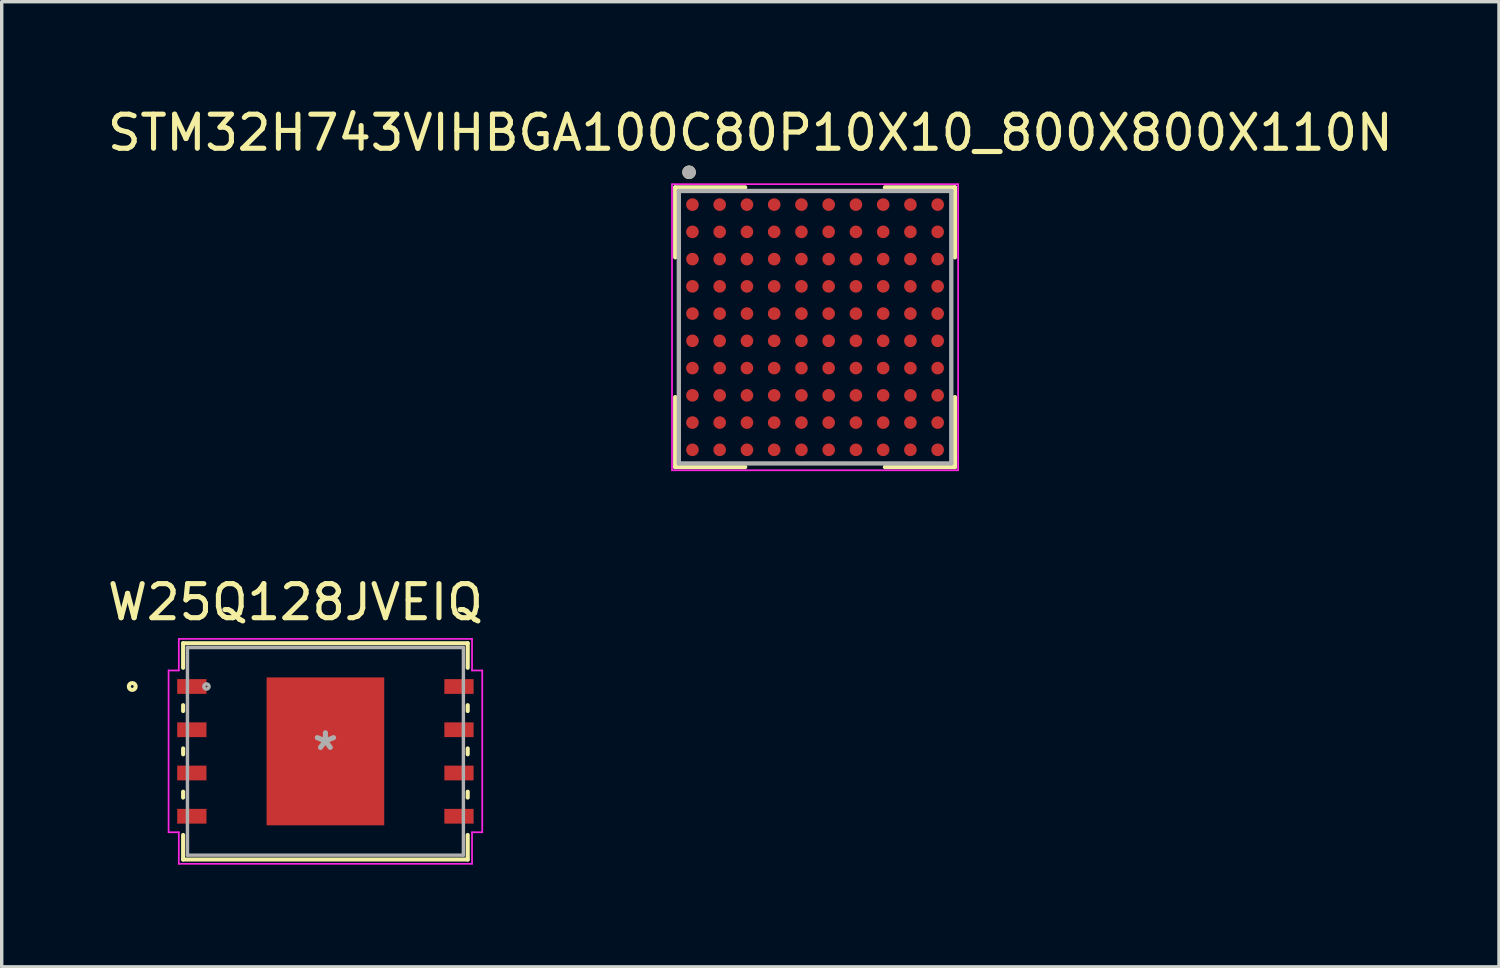
<source format=kicad_pcb>
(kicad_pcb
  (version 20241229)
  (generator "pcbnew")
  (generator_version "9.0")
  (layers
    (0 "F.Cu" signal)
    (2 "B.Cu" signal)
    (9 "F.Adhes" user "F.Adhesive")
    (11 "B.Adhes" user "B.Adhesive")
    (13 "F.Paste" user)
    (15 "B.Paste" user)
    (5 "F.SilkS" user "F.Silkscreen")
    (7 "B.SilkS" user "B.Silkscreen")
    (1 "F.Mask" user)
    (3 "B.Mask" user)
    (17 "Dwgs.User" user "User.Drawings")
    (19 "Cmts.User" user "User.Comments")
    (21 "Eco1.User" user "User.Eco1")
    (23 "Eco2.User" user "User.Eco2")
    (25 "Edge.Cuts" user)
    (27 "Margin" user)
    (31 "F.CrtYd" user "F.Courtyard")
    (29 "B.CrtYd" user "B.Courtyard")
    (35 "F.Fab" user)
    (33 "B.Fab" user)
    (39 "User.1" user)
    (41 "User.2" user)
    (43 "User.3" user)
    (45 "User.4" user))
  (footprint "W25Q128JVEIQ"
    (layer "F.Cu")
    (at 6.505 19.012)
    (property "Reference" "W25Q128JVEIQ" (at -0.88 -4.38 0) (layer "F.SilkS") (effects (font (size 1 1) (thickness 0.15))))
    (attr through_hole)
    (fp_line (start -4.178 -3.175) (end -4.178 -2.454) (stroke (width 0.12) (type solid)) (layer "F.SilkS"))
    (fp_line (start -4.178 -1.356) (end -4.178 -1.184) (stroke (width 0.12) (type solid)) (layer "F.SilkS"))
    (fp_line (start -4.178 -0.086) (end -4.178 0.086) (stroke (width 0.12) (type solid)) (layer "F.SilkS"))
    (fp_line (start -4.178 1.184) (end -4.178 1.356) (stroke (width 0.12) (type solid)) (layer "F.SilkS"))
    (fp_line (start -4.178 2.454) (end -4.178 3.175) (stroke (width 0.12) (type solid)) (layer "F.SilkS"))
    (fp_line (start -4.178 3.175) (end 4.178 3.175) (stroke (width 0.12) (type solid)) (layer "F.SilkS"))
    (fp_line (start 4.178 -3.175) (end -4.178 -3.175) (stroke (width 0.12) (type solid)) (layer "F.SilkS"))
    (fp_line (start 4.178 -2.454) (end 4.178 -3.175) (stroke (width 0.12) (type solid)) (layer "F.SilkS"))
    (fp_line (start 4.178 -1.184) (end 4.178 -1.356) (stroke (width 0.12) (type solid)) (layer "F.SilkS"))
    (fp_line (start 4.178 0.086) (end 4.178 -0.086) (stroke (width 0.12) (type solid)) (layer "F.SilkS"))
    (fp_line (start 4.178 1.356) (end 4.178 1.184) (stroke (width 0.12) (type solid)) (layer "F.SilkS"))
    (fp_line (start 4.178 3.175) (end 4.178 2.454) (stroke (width 0.12) (type solid)) (layer "F.SilkS"))
    (fp_circle (center -5.672 -1.905) (end -5.571 -1.905) (stroke (width 0.12) (type solid)) (fill no) (layer "F.SilkS"))
    (fp_poly (pts (xy -1.627 -2.072) (xy -1.627 -0.824) (xy -0.1 -0.824) (xy -0.1 -2.072)) (stroke (width 0.1) (type solid)) (fill yes) (layer "F.Paste"))
    (fp_poly (pts (xy -1.627 -0.624) (xy -1.627 0.624) (xy -0.1 0.624) (xy -0.1 -0.624)) (stroke (width 0.1) (type solid)) (fill yes) (layer "F.Paste"))
    (fp_poly (pts (xy -1.627 0.824) (xy -1.627 2.072) (xy -0.1 2.072) (xy -0.1 0.824)) (stroke (width 0.1) (type solid)) (fill yes) (layer "F.Paste"))
    (fp_poly (pts (xy 0.1 -2.072) (xy 0.1 -0.824) (xy 1.627 -0.824) (xy 1.627 -2.072)) (stroke (width 0.1) (type solid)) (fill yes) (layer "F.Paste"))
    (fp_poly (pts (xy 0.1 -0.624) (xy 0.1 0.624) (xy 1.627 0.624) (xy 1.627 -0.624)) (stroke (width 0.1) (type solid)) (fill yes) (layer "F.Paste"))
    (fp_poly (pts (xy 0.1 0.824) (xy 0.1 2.072) (xy 1.627 2.072) (xy 1.627 0.824)) (stroke (width 0.1) (type solid)) (fill yes) (layer "F.Paste"))
    (fp_line (start -4.605 -2.375) (end -4.305 -2.375) (stroke (width 0.05) (type solid)) (layer "F.CrtYd"))
    (fp_line (start -4.605 2.375) (end -4.605 -2.375) (stroke (width 0.05) (type solid)) (layer "F.CrtYd"))
    (fp_line (start -4.605 2.375) (end -4.305 2.375) (stroke (width 0.05) (type solid)) (layer "F.CrtYd"))
    (fp_line (start -4.305 -3.302) (end 4.305 -3.302) (stroke (width 0.05) (type solid)) (layer "F.CrtYd"))
    (fp_line (start -4.305 -2.375) (end -4.305 -3.302) (stroke (width 0.05) (type solid)) (layer "F.CrtYd"))
    (fp_line (start -4.305 3.302) (end -4.305 2.375) (stroke (width 0.05) (type solid)) (layer "F.CrtYd"))
    (fp_line (start 4.305 -3.302) (end 4.305 -2.375) (stroke (width 0.05) (type solid)) (layer "F.CrtYd"))
    (fp_line (start 4.305 2.375) (end 4.305 3.302) (stroke (width 0.05) (type solid)) (layer "F.CrtYd"))
    (fp_line (start 4.305 3.302) (end -4.305 3.302) (stroke (width 0.05) (type solid)) (layer "F.CrtYd"))
    (fp_line (start 4.605 -2.375) (end 4.305 -2.375) (stroke (width 0.05) (type solid)) (layer "F.CrtYd"))
    (fp_line (start 4.605 -2.375) (end 4.605 2.375) (stroke (width 0.05) (type solid)) (layer "F.CrtYd"))
    (fp_line (start 4.605 2.375) (end 4.305 2.375) (stroke (width 0.05) (type solid)) (layer "F.CrtYd"))
    (fp_line (start -4.051 -3.048) (end -4.051 3.048) (stroke (width 0.1) (type solid)) (layer "F.Fab"))
    (fp_line (start -4.051 3.048) (end 4.051 3.048) (stroke (width 0.1) (type solid)) (layer "F.Fab"))
    (fp_line (start 4.051 -3.048) (end -4.051 -3.048) (stroke (width 0.1) (type solid)) (layer "F.Fab"))
    (fp_line (start 4.051 3.048) (end 4.051 -3.048) (stroke (width 0.1) (type solid)) (layer "F.Fab"))
    (fp_circle (center -3.493 -1.905) (end -3.416 -1.905) (stroke (width 0.1) (type solid)) (fill no) (layer "F.Fab"))
    (fp_text user "*" (at 0 0 0) (layer "F.Fab") (effects (font (size 1 1) (thickness 0.15))))
    (pad "1" smd rect (at -3.922 -1.905) (size 0.859 0.433) (layers "F.Cu" "F.Mask" "F.Paste"))
    (pad "2" smd rect (at -3.922 -0.635) (size 0.859 0.433) (layers "F.Cu" "F.Mask" "F.Paste"))
    (pad "3" smd rect (at -3.922 0.635) (size 0.859 0.433) (layers "F.Cu" "F.Mask" "F.Paste"))
    (pad "4" smd rect (at -3.922 1.905) (size 0.859 0.433) (layers "F.Cu" "F.Mask" "F.Paste"))
    (pad "5" smd rect (at 3.922 1.905) (size 0.859 0.433) (layers "F.Cu" "F.Mask" "F.Paste"))
    (pad "6" smd rect (at 3.922 0.635) (size 0.859 0.433) (layers "F.Cu" "F.Mask" "F.Paste"))
    (pad "7" smd rect (at 3.922 -0.635) (size 0.859 0.433) (layers "F.Cu" "F.Mask" "F.Paste"))
    (pad "8" smd rect (at 3.922 -1.905) (size 0.859 0.433) (layers "F.Cu" "F.Mask" "F.Paste"))
    (pad "9" smd rect (at 0 0) (size 3.454 4.343) (layers "F.Cu" "F.Mask" "F.Paste")))
  (footprint "STM32H743VIHBGA100C80P10X10_800X800X110N"
    (layer "F.Cu")
    (at 20.882 6.558)
    (property "Reference" "STM32H743VIHBGA100C80P10X10_800X800X110N" (at -1.9 -5.71 0) (layer "F.SilkS") (effects (font (size 1 1) (thickness 0.15))))
    (attr smd)
    (fp_line (start -4.105 -4.105) (end -4.105 -2.053) (stroke (width 0.127) (type solid)) (layer "F.SilkS"))
    (fp_line (start -4.105 -4.105) (end -2.053 -4.105) (stroke (width 0.127) (type solid)) (layer "F.SilkS"))
    (fp_line (start -4.105 4.105) (end -4.105 2.053) (stroke (width 0.127) (type solid)) (layer "F.SilkS"))
    (fp_line (start -4.105 4.105) (end -2.053 4.105) (stroke (width 0.127) (type solid)) (layer "F.SilkS"))
    (fp_line (start 4.105 -4.105) (end 2.053 -4.105) (stroke (width 0.127) (type solid)) (layer "F.SilkS"))
    (fp_line (start 4.105 -4.105) (end 4.105 -2.053) (stroke (width 0.127) (type solid)) (layer "F.SilkS"))
    (fp_line (start 4.105 4.105) (end 2.053 4.105) (stroke (width 0.127) (type solid)) (layer "F.SilkS"))
    (fp_line (start 4.105 4.105) (end 4.105 2.053) (stroke (width 0.127) (type solid)) (layer "F.SilkS"))
    (fp_circle (center -3.7 -4.55) (end -3.6 -4.55) (stroke (width 0.2) (type solid)) (fill no) (layer "F.SilkS"))
    (fp_line (start -4.2 -4.2) (end 4.2 -4.2) (stroke (width 0.05) (type solid)) (layer "F.CrtYd"))
    (fp_line (start -4.2 4.2) (end -4.2 -4.2) (stroke (width 0.05) (type solid)) (layer "F.CrtYd"))
    (fp_line (start -4.2 4.2) (end 4.2 4.2) (stroke (width 0.05) (type solid)) (layer "F.CrtYd"))
    (fp_line (start 4.2 4.2) (end 4.2 -4.2) (stroke (width 0.05) (type solid)) (layer "F.CrtYd"))
    (fp_line (start -4 4) (end -4 -4) (stroke (width 0.127) (type solid)) (layer "F.Fab"))
    (fp_line (start 4 -4) (end -4 -4) (stroke (width 0.127) (type solid)) (layer "F.Fab"))
    (fp_line (start 4 4) (end -4 4) (stroke (width 0.127) (type solid)) (layer "F.Fab"))
    (fp_line (start 4 4) (end 4 -4) (stroke (width 0.127) (type solid)) (layer "F.Fab"))
    (fp_circle (center -3.7 -4.55) (end -3.6 -4.55) (stroke (width 0.2) (type solid)) (fill no) (layer "F.Fab"))
    (pad "A1" smd circle (at -3.6 -3.6) (size 0.37 0.37) (layers "F.Cu" "F.Mask" "F.Paste"))
    (pad "A2" smd circle (at -2.8 -3.6) (size 0.37 0.37) (layers "F.Cu" "F.Mask" "F.Paste"))
    (pad "A3" smd circle (at -2 -3.6) (size 0.37 0.37) (layers "F.Cu" "F.Mask" "F.Paste"))
    (pad "A4" smd circle (at -1.2 -3.6) (size 0.37 0.37) (layers "F.Cu" "F.Mask" "F.Paste"))
    (pad "A5" smd circle (at -0.4 -3.6) (size 0.37 0.37) (layers "F.Cu" "F.Mask" "F.Paste"))
    (pad "A6" smd circle (at 0.4 -3.6) (size 0.37 0.37) (layers "F.Cu" "F.Mask" "F.Paste"))
    (pad "A7" smd circle (at 1.2 -3.6) (size 0.37 0.37) (layers "F.Cu" "F.Mask" "F.Paste"))
    (pad "A8" smd circle (at 2 -3.6) (size 0.37 0.37) (layers "F.Cu" "F.Mask" "F.Paste"))
    (pad "A9" smd circle (at 2.8 -3.6) (size 0.37 0.37) (layers "F.Cu" "F.Mask" "F.Paste"))
    (pad "A10" smd circle (at 3.6 -3.6) (size 0.37 0.37) (layers "F.Cu" "F.Mask" "F.Paste"))
    (pad "B1" smd circle (at -3.6 -2.8) (size 0.37 0.37) (layers "F.Cu" "F.Mask" "F.Paste"))
    (pad "B2" smd circle (at -2.8 -2.8) (size 0.37 0.37) (layers "F.Cu" "F.Mask" "F.Paste"))
    (pad "B3" smd circle (at -2 -2.8) (size 0.37 0.37) (layers "F.Cu" "F.Mask" "F.Paste"))
    (pad "B4" smd circle (at -1.2 -2.8) (size 0.37 0.37) (layers "F.Cu" "F.Mask" "F.Paste"))
    (pad "B5" smd circle (at -0.4 -2.8) (size 0.37 0.37) (layers "F.Cu" "F.Mask" "F.Paste"))
    (pad "B6" smd circle (at 0.4 -2.8) (size 0.37 0.37) (layers "F.Cu" "F.Mask" "F.Paste"))
    (pad "B7" smd circle (at 1.2 -2.8) (size 0.37 0.37) (layers "F.Cu" "F.Mask" "F.Paste"))
    (pad "B8" smd circle (at 2 -2.8) (size 0.37 0.37) (layers "F.Cu" "F.Mask" "F.Paste"))
    (pad "B9" smd circle (at 2.8 -2.8) (size 0.37 0.37) (layers "F.Cu" "F.Mask" "F.Paste"))
    (pad "B10" smd circle (at 3.6 -2.8) (size 0.37 0.37) (layers "F.Cu" "F.Mask" "F.Paste"))
    (pad "C1" smd circle (at -3.6 -2) (size 0.37 0.37) (layers "F.Cu" "F.Mask" "F.Paste"))
    (pad "C2" smd circle (at -2.8 -2) (size 0.37 0.37) (layers "F.Cu" "F.Mask" "F.Paste"))
    (pad "C3" smd circle (at -2 -2) (size 0.37 0.37) (layers "F.Cu" "F.Mask" "F.Paste"))
    (pad "C4" smd circle (at -1.2 -2) (size 0.37 0.37) (layers "F.Cu" "F.Mask" "F.Paste"))
    (pad "C5" smd circle (at -0.4 -2) (size 0.37 0.37) (layers "F.Cu" "F.Mask" "F.Paste"))
    (pad "C6" smd circle (at 0.4 -2) (size 0.37 0.37) (layers "F.Cu" "F.Mask" "F.Paste"))
    (pad "C7" smd circle (at 1.2 -2) (size 0.37 0.37) (layers "F.Cu" "F.Mask" "F.Paste"))
    (pad "C8" smd circle (at 2 -2) (size 0.37 0.37) (layers "F.Cu" "F.Mask" "F.Paste"))
    (pad "C9" smd circle (at 2.8 -2) (size 0.37 0.37) (layers "F.Cu" "F.Mask" "F.Paste"))
    (pad "C10" smd circle (at 3.6 -2) (size 0.37 0.37) (layers "F.Cu" "F.Mask" "F.Paste"))
    (pad "D1" smd circle (at -3.6 -1.2) (size 0.37 0.37) (layers "F.Cu" "F.Mask" "F.Paste"))
    (pad "D2" smd circle (at -2.8 -1.2) (size 0.37 0.37) (layers "F.Cu" "F.Mask" "F.Paste"))
    (pad "D3" smd circle (at -2 -1.2) (size 0.37 0.37) (layers "F.Cu" "F.Mask" "F.Paste"))
    (pad "D4" smd circle (at -1.2 -1.2) (size 0.37 0.37) (layers "F.Cu" "F.Mask" "F.Paste"))
    (pad "D5" smd circle (at -0.4 -1.2) (size 0.37 0.37) (layers "F.Cu" "F.Mask" "F.Paste"))
    (pad "D6" smd circle (at 0.4 -1.2) (size 0.37 0.37) (layers "F.Cu" "F.Mask" "F.Paste"))
    (pad "D7" smd circle (at 1.2 -1.2) (size 0.37 0.37) (layers "F.Cu" "F.Mask" "F.Paste"))
    (pad "D8" smd circle (at 2 -1.2) (size 0.37 0.37) (layers "F.Cu" "F.Mask" "F.Paste"))
    (pad "D9" smd circle (at 2.8 -1.2) (size 0.37 0.37) (layers "F.Cu" "F.Mask" "F.Paste"))
    (pad "D10" smd circle (at 3.6 -1.2) (size 0.37 0.37) (layers "F.Cu" "F.Mask" "F.Paste"))
    (pad "E1" smd circle (at -3.6 -0.4) (size 0.37 0.37) (layers "F.Cu" "F.Mask" "F.Paste"))
    (pad "E2" smd circle (at -2.8 -0.4) (size 0.37 0.37) (layers "F.Cu" "F.Mask" "F.Paste"))
    (pad "E3" smd circle (at -2 -0.4) (size 0.37 0.37) (layers "F.Cu" "F.Mask" "F.Paste"))
    (pad "E4" smd circle (at -1.2 -0.4) (size 0.37 0.37) (layers "F.Cu" "F.Mask" "F.Paste"))
    (pad "E5" smd circle (at -0.4 -0.4) (size 0.37 0.37) (layers "F.Cu" "F.Mask" "F.Paste"))
    (pad "E6" smd circle (at 0.4 -0.4) (size 0.37 0.37) (layers "F.Cu" "F.Mask" "F.Paste"))
    (pad "E7" smd circle (at 1.2 -0.4) (size 0.37 0.37) (layers "F.Cu" "F.Mask" "F.Paste"))
    (pad "E8" smd circle (at 2 -0.4) (size 0.37 0.37) (layers "F.Cu" "F.Mask" "F.Paste"))
    (pad "E9" smd circle (at 2.8 -0.4) (size 0.37 0.37) (layers "F.Cu" "F.Mask" "F.Paste"))
    (pad "E10" smd circle (at 3.6 -0.4) (size 0.37 0.37) (layers "F.Cu" "F.Mask" "F.Paste"))
    (pad "F1" smd circle (at -3.6 0.4) (size 0.37 0.37) (layers "F.Cu" "F.Mask" "F.Paste"))
    (pad "F2" smd circle (at -2.8 0.4) (size 0.37 0.37) (layers "F.Cu" "F.Mask" "F.Paste"))
    (pad "F3" smd circle (at -2 0.4) (size 0.37 0.37) (layers "F.Cu" "F.Mask" "F.Paste"))
    (pad "F4" smd circle (at -1.2 0.4) (size 0.37 0.37) (layers "F.Cu" "F.Mask" "F.Paste"))
    (pad "F5" smd circle (at -0.4 0.4) (size 0.37 0.37) (layers "F.Cu" "F.Mask" "F.Paste"))
    (pad "F6" smd circle (at 0.4 0.4) (size 0.37 0.37) (layers "F.Cu" "F.Mask" "F.Paste"))
    (pad "F7" smd circle (at 1.2 0.4) (size 0.37 0.37) (layers "F.Cu" "F.Mask" "F.Paste"))
    (pad "F8" smd circle (at 2 0.4) (size 0.37 0.37) (layers "F.Cu" "F.Mask" "F.Paste"))
    (pad "F9" smd circle (at 2.8 0.4) (size 0.37 0.37) (layers "F.Cu" "F.Mask" "F.Paste"))
    (pad "F10" smd circle (at 3.6 0.4) (size 0.37 0.37) (layers "F.Cu" "F.Mask" "F.Paste"))
    (pad "G1" smd circle (at -3.6 1.2) (size 0.37 0.37) (layers "F.Cu" "F.Mask" "F.Paste"))
    (pad "G2" smd circle (at -2.8 1.2) (size 0.37 0.37) (layers "F.Cu" "F.Mask" "F.Paste"))
    (pad "G3" smd circle (at -2 1.2) (size 0.37 0.37) (layers "F.Cu" "F.Mask" "F.Paste"))
    (pad "G4" smd circle (at -1.2 1.2) (size 0.37 0.37) (layers "F.Cu" "F.Mask" "F.Paste"))
    (pad "G5" smd circle (at -0.4 1.2) (size 0.37 0.37) (layers "F.Cu" "F.Mask" "F.Paste"))
    (pad "G6" smd circle (at 0.4 1.2) (size 0.37 0.37) (layers "F.Cu" "F.Mask" "F.Paste"))
    (pad "G7" smd circle (at 1.2 1.2) (size 0.37 0.37) (layers "F.Cu" "F.Mask" "F.Paste"))
    (pad "G8" smd circle (at 2 1.2) (size 0.37 0.37) (layers "F.Cu" "F.Mask" "F.Paste"))
    (pad "G9" smd circle (at 2.8 1.2) (size 0.37 0.37) (layers "F.Cu" "F.Mask" "F.Paste"))
    (pad "G10" smd circle (at 3.6 1.2) (size 0.37 0.37) (layers "F.Cu" "F.Mask" "F.Paste"))
    (pad "H1" smd circle (at -3.6 2) (size 0.37 0.37) (layers "F.Cu" "F.Mask" "F.Paste"))
    (pad "H2" smd circle (at -2.8 2) (size 0.37 0.37) (layers "F.Cu" "F.Mask" "F.Paste"))
    (pad "H3" smd circle (at -2 2) (size 0.37 0.37) (layers "F.Cu" "F.Mask" "F.Paste"))
    (pad "H4" smd circle (at -1.2 2) (size 0.37 0.37) (layers "F.Cu" "F.Mask" "F.Paste"))
    (pad "H5" smd circle (at -0.4 2) (size 0.37 0.37) (layers "F.Cu" "F.Mask" "F.Paste"))
    (pad "H6" smd circle (at 0.4 2) (size 0.37 0.37) (layers "F.Cu" "F.Mask" "F.Paste"))
    (pad "H7" smd circle (at 1.2 2) (size 0.37 0.37) (layers "F.Cu" "F.Mask" "F.Paste"))
    (pad "H8" smd circle (at 2 2) (size 0.37 0.37) (layers "F.Cu" "F.Mask" "F.Paste"))
    (pad "H9" smd circle (at 2.8 2) (size 0.37 0.37) (layers "F.Cu" "F.Mask" "F.Paste"))
    (pad "H10" smd circle (at 3.6 2) (size 0.37 0.37) (layers "F.Cu" "F.Mask" "F.Paste"))
    (pad "J1" smd circle (at -3.6 2.8) (size 0.37 0.37) (layers "F.Cu" "F.Mask" "F.Paste"))
    (pad "J2" smd circle (at -2.8 2.8) (size 0.37 0.37) (layers "F.Cu" "F.Mask" "F.Paste"))
    (pad "J3" smd circle (at -2 2.8) (size 0.37 0.37) (layers "F.Cu" "F.Mask" "F.Paste"))
    (pad "J4" smd circle (at -1.2 2.8) (size 0.37 0.37) (layers "F.Cu" "F.Mask" "F.Paste"))
    (pad "J5" smd circle (at -0.4 2.8) (size 0.37 0.37) (layers "F.Cu" "F.Mask" "F.Paste"))
    (pad "J6" smd circle (at 0.4 2.8) (size 0.37 0.37) (layers "F.Cu" "F.Mask" "F.Paste"))
    (pad "J7" smd circle (at 1.2 2.8) (size 0.37 0.37) (layers "F.Cu" "F.Mask" "F.Paste"))
    (pad "J8" smd circle (at 2 2.8) (size 0.37 0.37) (layers "F.Cu" "F.Mask" "F.Paste"))
    (pad "J9" smd circle (at 2.8 2.8) (size 0.37 0.37) (layers "F.Cu" "F.Mask" "F.Paste"))
    (pad "J10" smd circle (at 3.6 2.8) (size 0.37 0.37) (layers "F.Cu" "F.Mask" "F.Paste"))
    (pad "K1" smd circle (at -3.6 3.6) (size 0.37 0.37) (layers "F.Cu" "F.Mask" "F.Paste"))
    (pad "K2" smd circle (at -2.8 3.6) (size 0.37 0.37) (layers "F.Cu" "F.Mask" "F.Paste"))
    (pad "K3" smd circle (at -2 3.6) (size 0.37 0.37) (layers "F.Cu" "F.Mask" "F.Paste"))
    (pad "K4" smd circle (at -1.2 3.6) (size 0.37 0.37) (layers "F.Cu" "F.Mask" "F.Paste"))
    (pad "K5" smd circle (at -0.4 3.6) (size 0.37 0.37) (layers "F.Cu" "F.Mask" "F.Paste"))
    (pad "K6" smd circle (at 0.4 3.6) (size 0.37 0.37) (layers "F.Cu" "F.Mask" "F.Paste"))
    (pad "K7" smd circle (at 1.2 3.6) (size 0.37 0.37) (layers "F.Cu" "F.Mask" "F.Paste"))
    (pad "K8" smd circle (at 2 3.6) (size 0.37 0.37) (layers "F.Cu" "F.Mask" "F.Paste"))
    (pad "K9" smd circle (at 2.8 3.6) (size 0.37 0.37) (layers "F.Cu" "F.Mask" "F.Paste"))
    (pad "K10" smd circle (at 3.6 3.6) (size 0.37 0.37) (layers "F.Cu" "F.Mask" "F.Paste")))
  (gr_rect
    (start -3 -3)
    (end 40.964 25.338)
    (stroke (width 0.1) (type default))
    (fill no)
    (layer "Edge.Cuts")))
</source>
